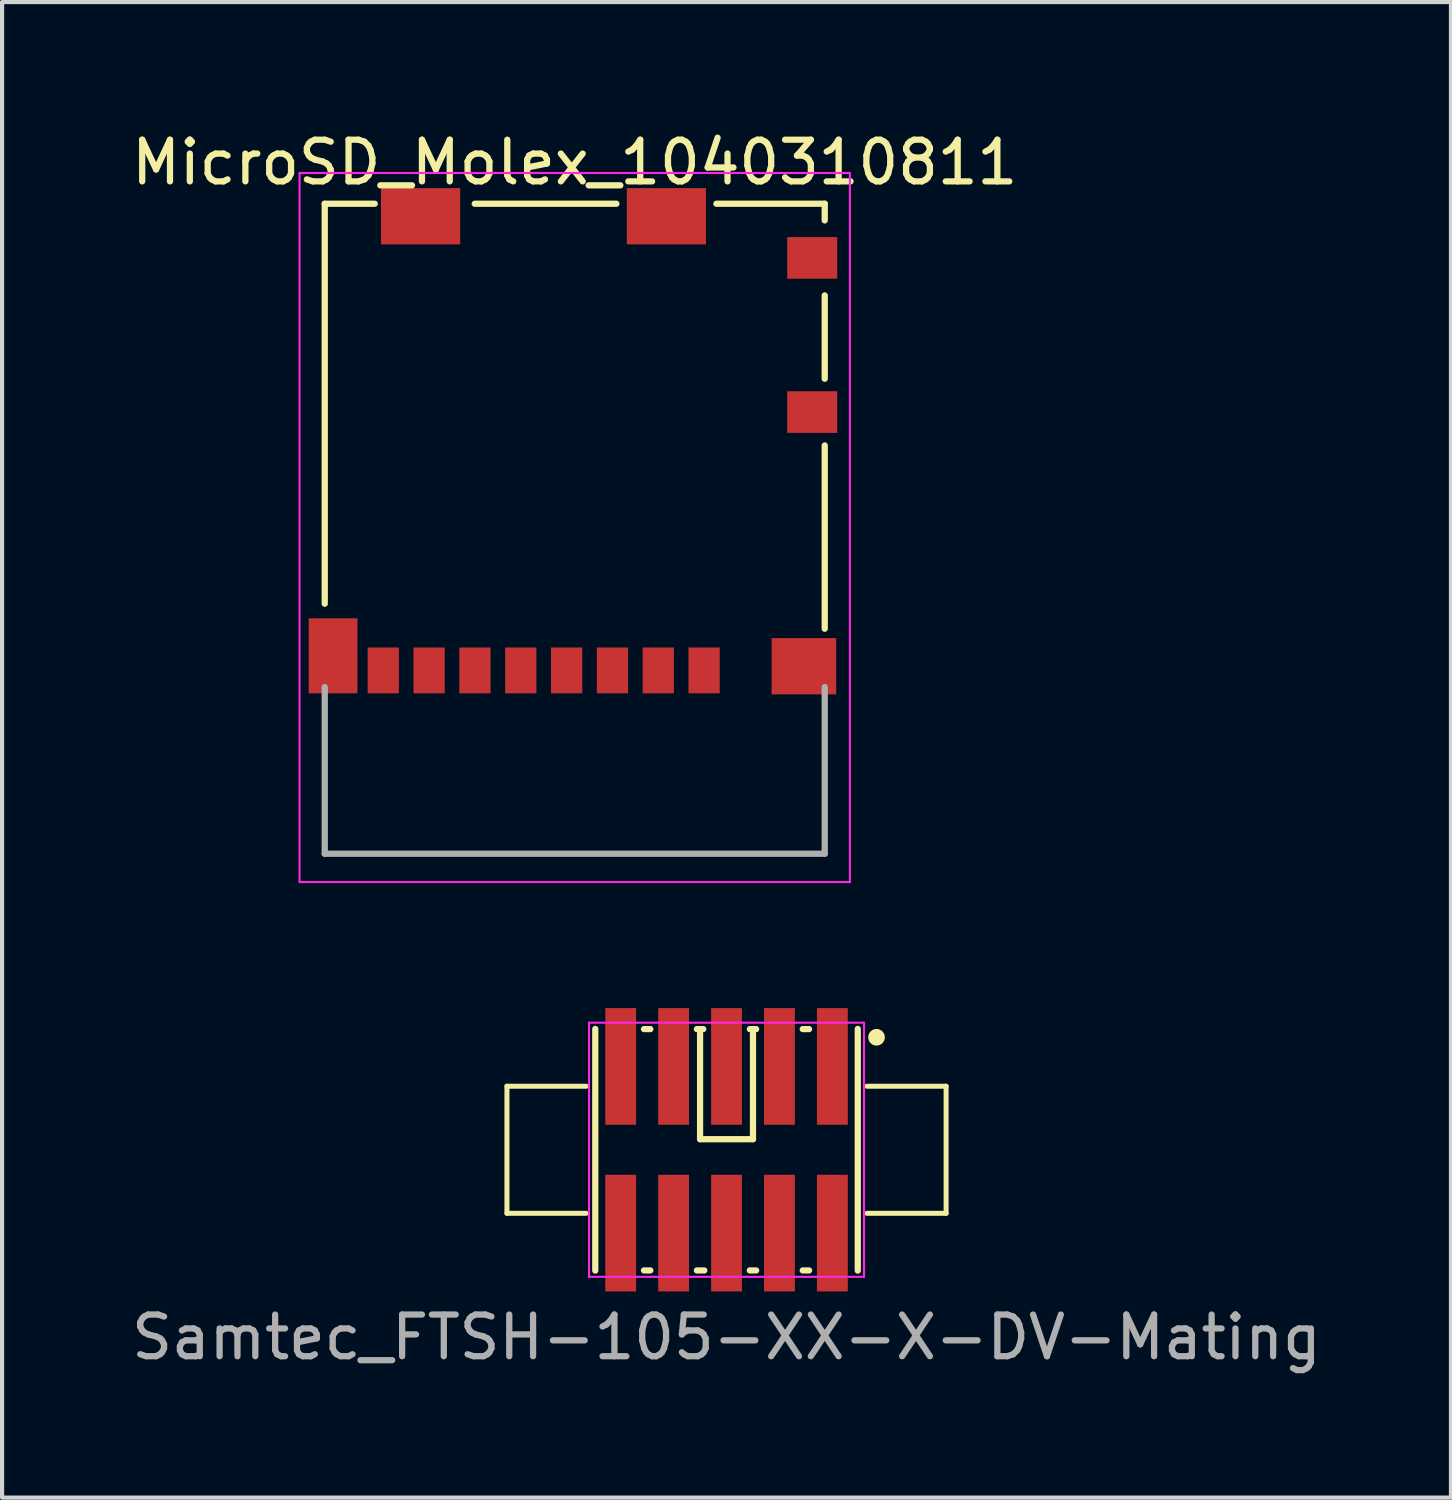
<source format=kicad_pcb>
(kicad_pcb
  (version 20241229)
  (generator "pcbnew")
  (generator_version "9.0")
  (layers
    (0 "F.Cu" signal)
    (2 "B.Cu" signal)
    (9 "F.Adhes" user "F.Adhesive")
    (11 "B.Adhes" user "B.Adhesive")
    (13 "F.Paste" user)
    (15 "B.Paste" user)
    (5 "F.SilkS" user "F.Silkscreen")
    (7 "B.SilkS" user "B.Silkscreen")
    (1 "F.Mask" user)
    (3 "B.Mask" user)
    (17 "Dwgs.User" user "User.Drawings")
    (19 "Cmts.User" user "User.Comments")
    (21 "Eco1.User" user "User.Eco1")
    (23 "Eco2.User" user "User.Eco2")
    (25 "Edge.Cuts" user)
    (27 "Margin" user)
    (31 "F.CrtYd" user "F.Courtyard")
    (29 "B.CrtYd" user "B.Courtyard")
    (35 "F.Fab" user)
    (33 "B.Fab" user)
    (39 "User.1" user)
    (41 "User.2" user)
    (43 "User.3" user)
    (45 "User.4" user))
  (footprint "MicroSD_Molex_1040310811"
    (layer "F.Cu")
    (at 10.744 13.04)
    (property "Reference" "MicroSD_Molex_1040310811" (at 0 -12.192 0) (layer "F.SilkS") (effects (font (size 1 1) (thickness 0.15))))
    (attr through_hole)
    (fp_line (start -6 -11.2) (end -4.8 -11.2) (stroke (width 0.15) (type solid)) (layer "F.SilkS"))
    (fp_line (start -6 -1.6) (end -6 -11.2) (stroke (width 0.15) (type solid)) (layer "F.SilkS"))
    (fp_line (start -2.4 -11.2) (end 1 -11.2) (stroke (width 0.15) (type solid)) (layer "F.SilkS"))
    (fp_line (start 3.4 -11.2) (end 6 -11.2) (stroke (width 0.15) (type solid)) (layer "F.SilkS"))
    (fp_line (start 6 -11.2) (end 6 -10.8) (stroke (width 0.15) (type solid)) (layer "F.SilkS"))
    (fp_line (start 6 -9) (end 6 -7) (stroke (width 0.15) (type solid)) (layer "F.SilkS"))
    (fp_line (start 6 -5.4) (end 6 -1) (stroke (width 0.15) (type solid)) (layer "F.SilkS"))
    (fp_line (start -6.604 -11.938) (end 6.604 -11.938) (stroke (width 0.05) (type solid)) (layer "F.CrtYd"))
    (fp_line (start -6.604 5.08) (end -6.604 -11.938) (stroke (width 0.05) (type solid)) (layer "F.CrtYd"))
    (fp_line (start 6.604 -11.938) (end 6.604 5.08) (stroke (width 0.05) (type solid)) (layer "F.CrtYd"))
    (fp_line (start 6.604 5.08) (end -6.604 5.08) (stroke (width 0.05) (type solid)) (layer "F.CrtYd"))
    (fp_line (start -6 4.4) (end -6 0.4) (stroke (width 0.15) (type solid)) (layer "F.Fab"))
    (fp_line (start 6 0.4) (end 6 4.4) (stroke (width 0.15) (type solid)) (layer "F.Fab"))
    (fp_line (start 6 4.4) (end -6 4.4) (stroke (width 0.15) (type solid)) (layer "F.Fab"))
    (pad "1" smd rect (at 3.105 0) (size 0.75 1.1) (layers "F.Cu" "F.Mask" "F.Paste"))
    (pad "2" smd rect (at 2.005 0) (size 0.75 1.1) (layers "F.Cu" "F.Mask" "F.Paste"))
    (pad "3" smd rect (at 0.905 0) (size 0.75 1.1) (layers "F.Cu" "F.Mask" "F.Paste"))
    (pad "4" smd rect (at -0.195 0) (size 0.75 1.1) (layers "F.Cu" "F.Mask" "F.Paste"))
    (pad "5" smd rect (at -1.295 0) (size 0.75 1.1) (layers "F.Cu" "F.Mask" "F.Paste"))
    (pad "6" smd rect (at -2.395 0) (size 0.75 1.1) (layers "F.Cu" "F.Mask" "F.Paste"))
    (pad "7" smd rect (at -3.495 0) (size 0.75 1.1) (layers "F.Cu" "F.Mask" "F.Paste"))
    (pad "8" smd rect (at -4.595 0) (size 0.75 1.1) (layers "F.Cu" "F.Mask" "F.Paste"))
    (pad "9" smd rect (at 5.7 -6.2) (size 1.2 1) (layers "F.Cu" "F.Mask" "F.Paste"))
    (pad "10" smd rect (at 5.7 -9.9) (size 1.2 1) (layers "F.Cu" "F.Mask" "F.Paste"))
    (pad "MP" smd rect (at -5.8 -0.35) (size 1.17 1.8) (layers "F.Cu" "F.Mask" "F.Paste"))
    (pad "MP" smd rect (at -3.7 -10.9) (size 1.9 1.35) (layers "F.Cu" "F.Mask" "F.Paste"))
    (pad "MP" smd rect (at 2.2 -10.9) (size 1.9 1.35) (layers "F.Cu" "F.Mask" "F.Paste"))
    (pad "MP" smd rect (at 5.5 -0.1) (size 1.55 1.35) (layers "F.Cu" "F.Mask" "F.Paste")))
  (footprint "Samtec_FTSH-105-XX-X-DV-Mating"
    (layer "F.Cu")
    (at 14.387 24.545)
    (property "Reference" "Samtec_FTSH-105-XX-X-DV-Mating" (at 0 4.5 0) (layer "F.Fab") (effects (font (size 1 1) (thickness 0.15))))
    (attr smd)
    (fp_line (start -5.27 -1.525) (end -5.27 1.525) (stroke (width 0.12) (type solid)) (layer "F.SilkS"))
    (fp_line (start -5.27 -1.525) (end -3.37 -1.525) (stroke (width 0.12) (type solid)) (layer "F.SilkS"))
    (fp_line (start -5.27 1.525) (end -3.37 1.525) (stroke (width 0.12) (type solid)) (layer "F.SilkS"))
    (fp_line (start -3.15 2.9) (end -3.15 -2.9) (stroke (width 0.15) (type solid)) (layer "F.SilkS"))
    (fp_line (start -1.981 2.896) (end -1.829 2.896) (stroke (width 0.15) (type solid)) (layer "F.SilkS"))
    (fp_line (start -1.829 -2.896) (end -1.981 -2.896) (stroke (width 0.15) (type solid)) (layer "F.SilkS"))
    (fp_line (start -0.711 2.896) (end -0.533 2.896) (stroke (width 0.15) (type solid)) (layer "F.SilkS"))
    (fp_line (start -0.635 -0.254) (end -0.635 -2.794) (stroke (width 0.15) (type solid)) (layer "F.SilkS"))
    (fp_line (start -0.559 -2.896) (end -0.711 -2.896) (stroke (width 0.15) (type solid)) (layer "F.SilkS"))
    (fp_line (start 0.559 2.896) (end 0.711 2.896) (stroke (width 0.15) (type solid)) (layer "F.SilkS"))
    (fp_line (start 0.635 -2.794) (end 0.635 -0.254) (stroke (width 0.15) (type solid)) (layer "F.SilkS"))
    (fp_line (start 0.635 -0.254) (end -0.635 -0.254) (stroke (width 0.15) (type solid)) (layer "F.SilkS"))
    (fp_line (start 0.711 -2.896) (end 0.559 -2.896) (stroke (width 0.15) (type solid)) (layer "F.SilkS"))
    (fp_line (start 1.829 2.896) (end 1.981 2.896) (stroke (width 0.15) (type solid)) (layer "F.SilkS"))
    (fp_line (start 1.981 -2.896) (end 1.829 -2.896) (stroke (width 0.15) (type solid)) (layer "F.SilkS"))
    (fp_line (start 3.15 2.9) (end 3.15 -2.9) (stroke (width 0.15) (type solid)) (layer "F.SilkS"))
    (fp_line (start 5.27 -1.525) (end 3.37 -1.525) (stroke (width 0.12) (type solid)) (layer "F.SilkS"))
    (fp_line (start 5.27 1.525) (end 3.37 1.525) (stroke (width 0.12) (type solid)) (layer "F.SilkS"))
    (fp_line (start 5.27 1.525) (end 5.27 -1.525) (stroke (width 0.12) (type solid)) (layer "F.SilkS"))
    (fp_circle (center 3.6 -2.7) (end 3.7 -2.7) (stroke (width 0.2) (type solid)) (fill no) (layer "F.SilkS"))
    (fp_line (start -3.3 -3.05) (end 3.3 -3.05) (stroke (width 0.05) (type solid)) (layer "F.CrtYd"))
    (fp_line (start -3.3 3.05) (end -3.3 -3.05) (stroke (width 0.05) (type solid)) (layer "F.CrtYd"))
    (fp_line (start 3.3 -3.05) (end 3.3 3.05) (stroke (width 0.05) (type solid)) (layer "F.CrtYd"))
    (fp_line (start 3.3 3.05) (end -3.3 3.05) (stroke (width 0.05) (type solid)) (layer "F.CrtYd"))
    (pad "1" smd rect (at 2.54 -2 180) (size 0.74 2.8) (layers "F.Cu" "F.Mask" "F.Paste"))
    (pad "2" smd rect (at 2.54 2 180) (size 0.74 2.8) (layers "F.Cu" "F.Mask" "F.Paste"))
    (pad "3" smd rect (at 1.27 -2 180) (size 0.74 2.8) (layers "F.Cu" "F.Mask" "F.Paste"))
    (pad "4" smd rect (at 1.27 2 180) (size 0.74 2.8) (layers "F.Cu" "F.Mask" "F.Paste"))
    (pad "5" smd rect (at 0 -2 180) (size 0.74 2.8) (layers "F.Cu" "F.Mask" "F.Paste"))
    (pad "6" smd rect (at 0 2 180) (size 0.74 2.8) (layers "F.Cu" "F.Mask" "F.Paste"))
    (pad "7" smd rect (at -1.27 -2 180) (size 0.74 2.8) (layers "F.Cu" "F.Mask" "F.Paste"))
    (pad "8" smd rect (at -1.27 2 180) (size 0.74 2.8) (layers "F.Cu" "F.Mask" "F.Paste"))
    (pad "9" smd rect (at -2.54 -2 180) (size 0.74 2.8) (layers "F.Cu" "F.Mask" "F.Paste"))
    (pad "10" smd rect (at -2.54 2 180) (size 0.74 2.8) (layers "F.Cu" "F.Mask" "F.Paste")))
  (gr_rect
    (start -3 -3)
    (end 31.774 32.894)
    (stroke (width 0.1) (type default))
    (fill no)
    (layer "Edge.Cuts")))
</source>
